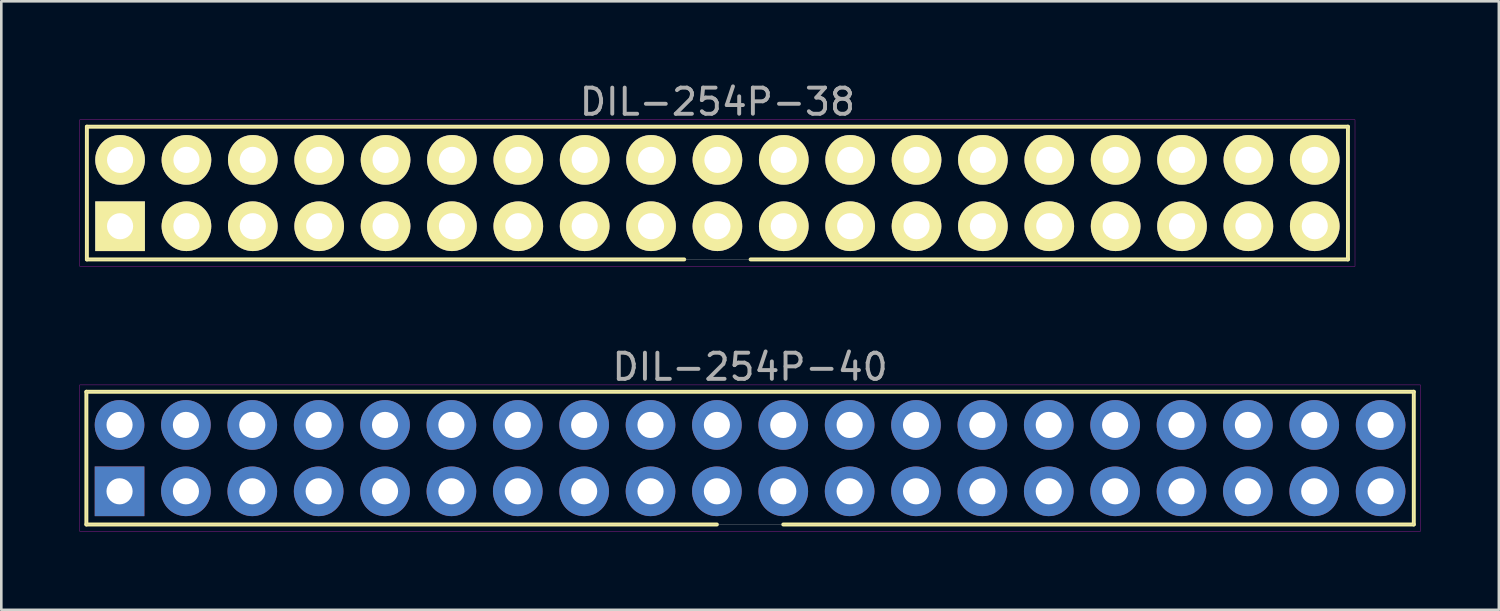
<source format=kicad_pcb>
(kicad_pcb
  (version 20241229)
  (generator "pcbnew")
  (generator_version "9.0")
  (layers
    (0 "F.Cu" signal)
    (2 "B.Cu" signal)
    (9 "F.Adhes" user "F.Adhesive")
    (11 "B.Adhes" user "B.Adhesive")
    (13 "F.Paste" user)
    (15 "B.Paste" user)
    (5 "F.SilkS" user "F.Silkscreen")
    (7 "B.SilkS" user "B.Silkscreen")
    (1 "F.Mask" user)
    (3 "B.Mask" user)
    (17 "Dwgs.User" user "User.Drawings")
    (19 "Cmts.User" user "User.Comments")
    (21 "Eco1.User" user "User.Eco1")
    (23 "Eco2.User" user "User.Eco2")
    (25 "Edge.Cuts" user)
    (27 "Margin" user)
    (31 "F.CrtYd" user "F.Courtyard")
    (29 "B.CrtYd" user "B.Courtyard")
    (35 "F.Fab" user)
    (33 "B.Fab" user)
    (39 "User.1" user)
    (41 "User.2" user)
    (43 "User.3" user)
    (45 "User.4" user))
  (footprint "DIL-254P-40"
    (layer "F.Cu")
    (at 25.655 14.482)
    (property "Reference" "DIL-254P-40" (at 0 -3.49 0) (layer "F.Fab") (effects (font (size 1 1) (thickness 0.15))))
    (attr through_hole)
    (fp_line (start -25.4 -2.54) (end 25.4 -2.54) (stroke (width 0.15) (type solid)) (layer "F.SilkS"))
    (fp_line (start -25.4 2.54) (end -25.4 -2.54) (stroke (width 0.15) (type solid)) (layer "F.SilkS"))
    (fp_line (start -1.27 2.54) (end -25.4 2.54) (stroke (width 0.15) (type solid)) (layer "F.SilkS"))
    (fp_line (start 25.4 -2.54) (end 25.4 2.54) (stroke (width 0.15) (type solid)) (layer "F.SilkS"))
    (fp_line (start 25.4 2.54) (end 1.27 2.54) (stroke (width 0.15) (type solid)) (layer "F.SilkS"))
    (fp_line (start -25.65 -2.8) (end 25.65 -2.8) (stroke (width 0.01) (type solid)) (layer "F.CrtYd"))
    (fp_line (start -25.65 2.8) (end -25.65 -2.8) (stroke (width 0.01) (type solid)) (layer "F.CrtYd"))
    (fp_line (start 25.65 -2.8) (end 25.65 2.8) (stroke (width 0.01) (type solid)) (layer "F.CrtYd"))
    (fp_line (start 25.65 2.8) (end -25.65 2.8) (stroke (width 0.01) (type solid)) (layer "F.CrtYd"))
    (fp_line (start -25.4 -2.54) (end 25.4 -2.54) (stroke (width 0.01) (type solid)) (layer "F.Fab"))
    (fp_line (start -25.4 2.54) (end -25.4 -2.54) (stroke (width 0.01) (type solid)) (layer "F.Fab"))
    (fp_line (start 25.4 -2.54) (end 25.4 2.54) (stroke (width 0.01) (type solid)) (layer "F.Fab"))
    (fp_line (start 25.4 2.54) (end -25.4 2.54) (stroke (width 0.01) (type solid)) (layer "F.Fab"))
    (pad "1" thru_hole rect (at -24.13 1.27) (size 1.9 1.9) (drill 1) (layers "F.Cu" "F.Mask" "F.Paste"))
    (pad "2" thru_hole circle (at -24.13 -1.27) (size 1.9 1.9) (drill 1) (layers "F.Cu" "F.Mask" "F.Paste"))
    (pad "3" thru_hole circle (at -21.59 1.27) (size 1.9 1.9) (drill 1) (layers "F.Cu" "F.Mask" "F.Paste"))
    (pad "4" thru_hole circle (at -21.59 -1.27) (size 1.9 1.9) (drill 1) (layers "F.Cu" "F.Mask" "F.Paste"))
    (pad "5" thru_hole circle (at -19.05 1.27) (size 1.9 1.9) (drill 1) (layers "F.Cu" "F.Mask" "F.Paste"))
    (pad "6" thru_hole circle (at -19.05 -1.27) (size 1.9 1.9) (drill 1) (layers "F.Cu" "F.Mask" "F.Paste"))
    (pad "7" thru_hole circle (at -16.51 1.27) (size 1.9 1.9) (drill 1) (layers "F.Cu" "F.Mask" "F.Paste"))
    (pad "8" thru_hole circle (at -16.51 -1.27) (size 1.9 1.9) (drill 1) (layers "F.Cu" "F.Mask" "F.Paste"))
    (pad "9" thru_hole circle (at -13.97 1.27) (size 1.9 1.9) (drill 1) (layers "F.Cu" "F.Mask" "F.Paste"))
    (pad "10" thru_hole circle (at -13.97 -1.27) (size 1.9 1.9) (drill 1) (layers "F.Cu" "F.Mask" "F.Paste"))
    (pad "11" thru_hole circle (at -11.43 1.27) (size 1.9 1.9) (drill 1) (layers "F.Cu" "F.Mask" "F.Paste"))
    (pad "12" thru_hole circle (at -11.43 -1.27) (size 1.9 1.9) (drill 1) (layers "F.Cu" "F.Mask" "F.Paste"))
    (pad "13" thru_hole circle (at -8.89 1.27) (size 1.9 1.9) (drill 1) (layers "F.Cu" "F.Mask" "F.Paste"))
    (pad "14" thru_hole circle (at -8.89 -1.27) (size 1.9 1.9) (drill 1) (layers "F.Cu" "F.Mask" "F.Paste"))
    (pad "15" thru_hole circle (at -6.35 1.27) (size 1.9 1.9) (drill 1) (layers "F.Cu" "F.Mask" "F.Paste"))
    (pad "16" thru_hole circle (at -6.35 -1.27) (size 1.9 1.9) (drill 1) (layers "F.Cu" "F.Mask" "F.Paste"))
    (pad "17" thru_hole circle (at -3.81 1.27) (size 1.9 1.9) (drill 1) (layers "F.Cu" "F.Mask" "F.Paste"))
    (pad "18" thru_hole circle (at -3.81 -1.27) (size 1.9 1.9) (drill 1) (layers "F.Cu" "F.Mask" "F.Paste"))
    (pad "19" thru_hole circle (at -1.27 1.27) (size 1.9 1.9) (drill 1) (layers "F.Cu" "F.Mask" "F.Paste"))
    (pad "20" thru_hole circle (at -1.27 -1.27) (size 1.9 1.9) (drill 1) (layers "F.Cu" "F.Mask" "F.Paste"))
    (pad "21" thru_hole circle (at 1.27 1.27) (size 1.9 1.9) (drill 1) (layers "F.Cu" "F.Mask" "F.Paste"))
    (pad "22" thru_hole circle (at 1.27 -1.27) (size 1.9 1.9) (drill 1) (layers "F.Cu" "F.Mask" "F.Paste"))
    (pad "23" thru_hole circle (at 3.81 1.27) (size 1.9 1.9) (drill 1) (layers "F.Cu" "F.Mask" "F.Paste"))
    (pad "24" thru_hole circle (at 3.81 -1.27) (size 1.9 1.9) (drill 1) (layers "F.Cu" "F.Mask" "F.Paste"))
    (pad "25" thru_hole circle (at 6.35 1.27) (size 1.9 1.9) (drill 1) (layers "F.Cu" "F.Mask" "F.Paste"))
    (pad "26" thru_hole circle (at 6.35 -1.27) (size 1.9 1.9) (drill 1) (layers "F.Cu" "F.Mask" "F.Paste"))
    (pad "27" thru_hole circle (at 8.89 1.27) (size 1.9 1.9) (drill 1) (layers "F.Cu" "F.Mask" "F.Paste"))
    (pad "28" thru_hole circle (at 8.89 -1.27) (size 1.9 1.9) (drill 1) (layers "F.Cu" "F.Mask" "F.Paste"))
    (pad "29" thru_hole circle (at 11.43 1.27) (size 1.9 1.9) (drill 1) (layers "F.Cu" "F.Mask" "F.Paste"))
    (pad "30" thru_hole circle (at 11.43 -1.27) (size 1.9 1.9) (drill 1) (layers "F.Cu" "F.Mask" "F.Paste"))
    (pad "31" thru_hole circle (at 13.97 1.27) (size 1.9 1.9) (drill 1) (layers "F.Cu" "F.Mask" "F.Paste"))
    (pad "32" thru_hole circle (at 13.97 -1.27) (size 1.9 1.9) (drill 1) (layers "F.Cu" "F.Mask" "F.Paste"))
    (pad "33" thru_hole circle (at 16.51 1.27) (size 1.9 1.9) (drill 1) (layers "F.Cu" "F.Mask" "F.Paste"))
    (pad "34" thru_hole circle (at 16.51 -1.27) (size 1.9 1.9) (drill 1) (layers "F.Cu" "F.Mask" "F.Paste"))
    (pad "35" thru_hole circle (at 19.05 1.27) (size 1.9 1.9) (drill 1) (layers "F.Cu" "F.Mask" "F.Paste"))
    (pad "36" thru_hole circle (at 19.05 -1.27) (size 1.9 1.9) (drill 1) (layers "F.Cu" "F.Mask" "F.Paste"))
    (pad "37" thru_hole circle (at 21.59 1.27) (size 1.9 1.9) (drill 1) (layers "F.Cu" "F.Mask" "F.Paste"))
    (pad "38" thru_hole circle (at 21.59 -1.27) (size 1.9 1.9) (drill 1) (layers "F.Cu" "F.Mask" "F.Paste"))
    (pad "39" thru_hole circle (at 24.13 1.27) (size 1.9 1.9) (drill 1) (layers "F.Cu" "F.Mask" "F.Paste"))
    (pad "40" thru_hole circle (at 24.13 -1.27) (size 1.9 1.9) (drill 1) (layers "F.Cu" "F.Mask" "F.Paste")))
  (footprint "DIL-254P-38"
    (layer "F.Cu")
    (at 24.405 4.338)
    (property "Reference" "DIL-254P-38" (at 0 -3.49 0) (layer "F.Fab") (effects (font (size 1 1) (thickness 0.15))))
    (attr through_hole)
    (fp_line (start -24.13 -2.54) (end 24.13 -2.54) (stroke (width 0.15) (type solid)) (layer "F.SilkS"))
    (fp_line (start -24.13 2.54) (end -24.13 -2.54) (stroke (width 0.15) (type solid)) (layer "F.SilkS"))
    (fp_line (start -1.27 2.54) (end -24.13 2.54) (stroke (width 0.15) (type solid)) (layer "F.SilkS"))
    (fp_line (start 24.13 -2.54) (end 24.13 2.54) (stroke (width 0.15) (type solid)) (layer "F.SilkS"))
    (fp_line (start 24.13 2.54) (end 1.27 2.54) (stroke (width 0.15) (type solid)) (layer "F.SilkS"))
    (fp_line (start -24.4 -2.8) (end 24.4 -2.8) (stroke (width 0.01) (type solid)) (layer "F.CrtYd"))
    (fp_line (start -24.4 2.8) (end -24.4 -2.8) (stroke (width 0.01) (type solid)) (layer "F.CrtYd"))
    (fp_line (start 24.4 -2.8) (end 24.4 2.8) (stroke (width 0.01) (type solid)) (layer "F.CrtYd"))
    (fp_line (start 24.4 2.8) (end -24.4 2.8) (stroke (width 0.01) (type solid)) (layer "F.CrtYd"))
    (fp_line (start -24.13 -2.54) (end 24.13 -2.54) (stroke (width 0.01) (type solid)) (layer "F.Fab"))
    (fp_line (start -24.13 2.54) (end -24.13 -2.54) (stroke (width 0.01) (type solid)) (layer "F.Fab"))
    (fp_line (start 24.13 -2.54) (end 24.13 2.54) (stroke (width 0.01) (type solid)) (layer "F.Fab"))
    (fp_line (start 24.13 2.54) (end -24.13 2.54) (stroke (width 0.01) (type solid)) (layer "F.Fab"))
    (pad "1" thru_hole rect (at -22.86 1.27) (size 1.9 1.9) (drill 1) (layers "*.Cu" "*.Mask" "F.SilkS"))
    (pad "2" thru_hole circle (at -22.86 -1.27) (size 1.9 1.9) (drill 1) (layers "*.Cu" "*.Mask" "F.SilkS"))
    (pad "3" thru_hole circle (at -20.32 1.27) (size 1.9 1.9) (drill 1) (layers "*.Cu" "*.Mask" "F.SilkS"))
    (pad "4" thru_hole circle (at -20.32 -1.27) (size 1.9 1.9) (drill 1) (layers "*.Cu" "*.Mask" "F.SilkS"))
    (pad "5" thru_hole circle (at -17.78 1.27) (size 1.9 1.9) (drill 1) (layers "*.Cu" "*.Mask" "F.SilkS"))
    (pad "6" thru_hole circle (at -17.78 -1.27) (size 1.9 1.9) (drill 1) (layers "*.Cu" "*.Mask" "F.SilkS"))
    (pad "7" thru_hole circle (at -15.24 1.27) (size 1.9 1.9) (drill 1) (layers "*.Cu" "*.Mask" "F.SilkS"))
    (pad "8" thru_hole circle (at -15.24 -1.27) (size 1.9 1.9) (drill 1) (layers "*.Cu" "*.Mask" "F.SilkS"))
    (pad "9" thru_hole circle (at -12.7 1.27) (size 1.9 1.9) (drill 1) (layers "*.Cu" "*.Mask" "F.SilkS"))
    (pad "10" thru_hole circle (at -12.7 -1.27) (size 1.9 1.9) (drill 1) (layers "*.Cu" "*.Mask" "F.SilkS"))
    (pad "11" thru_hole circle (at -10.16 1.27) (size 1.9 1.9) (drill 1) (layers "*.Cu" "*.Mask" "F.SilkS"))
    (pad "12" thru_hole circle (at -10.16 -1.27) (size 1.9 1.9) (drill 1) (layers "*.Cu" "*.Mask" "F.SilkS"))
    (pad "13" thru_hole circle (at -7.62 1.27) (size 1.9 1.9) (drill 1) (layers "*.Cu" "*.Mask" "F.SilkS"))
    (pad "14" thru_hole circle (at -7.62 -1.27) (size 1.9 1.9) (drill 1) (layers "*.Cu" "*.Mask" "F.SilkS"))
    (pad "15" thru_hole circle (at -5.08 1.27) (size 1.9 1.9) (drill 1) (layers "*.Cu" "*.Mask" "F.SilkS"))
    (pad "16" thru_hole circle (at -5.08 -1.27) (size 1.9 1.9) (drill 1) (layers "*.Cu" "*.Mask" "F.SilkS"))
    (pad "17" thru_hole circle (at -2.54 1.27) (size 1.9 1.9) (drill 1) (layers "*.Cu" "*.Mask" "F.SilkS"))
    (pad "18" thru_hole circle (at -2.54 -1.27) (size 1.9 1.9) (drill 1) (layers "*.Cu" "*.Mask" "F.SilkS"))
    (pad "19" thru_hole circle (at 0 1.27) (size 1.9 1.9) (drill 1) (layers "*.Cu" "*.Mask" "F.SilkS"))
    (pad "20" thru_hole circle (at 0 -1.27) (size 1.9 1.9) (drill 1) (layers "*.Cu" "*.Mask" "F.SilkS"))
    (pad "21" thru_hole circle (at 2.54 1.27) (size 1.9 1.9) (drill 1) (layers "*.Cu" "*.Mask" "F.SilkS"))
    (pad "22" thru_hole circle (at 2.54 -1.27) (size 1.9 1.9) (drill 1) (layers "*.Cu" "*.Mask" "F.SilkS"))
    (pad "23" thru_hole circle (at 5.08 1.27) (size 1.9 1.9) (drill 1) (layers "*.Cu" "*.Mask" "F.SilkS"))
    (pad "24" thru_hole circle (at 5.08 -1.27) (size 1.9 1.9) (drill 1) (layers "*.Cu" "*.Mask" "F.SilkS"))
    (pad "25" thru_hole circle (at 7.62 1.27) (size 1.9 1.9) (drill 1) (layers "*.Cu" "*.Mask" "F.SilkS"))
    (pad "26" thru_hole circle (at 7.62 -1.27) (size 1.9 1.9) (drill 1) (layers "*.Cu" "*.Mask" "F.SilkS"))
    (pad "27" thru_hole circle (at 10.16 1.27) (size 1.9 1.9) (drill 1) (layers "*.Cu" "*.Mask" "F.SilkS"))
    (pad "28" thru_hole circle (at 10.16 -1.27) (size 1.9 1.9) (drill 1) (layers "*.Cu" "*.Mask" "F.SilkS"))
    (pad "29" thru_hole circle (at 12.7 1.27) (size 1.9 1.9) (drill 1) (layers "*.Cu" "*.Mask" "F.SilkS"))
    (pad "30" thru_hole circle (at 12.7 -1.27) (size 1.9 1.9) (drill 1) (layers "*.Cu" "*.Mask" "F.SilkS"))
    (pad "31" thru_hole circle (at 15.24 1.27) (size 1.9 1.9) (drill 1) (layers "*.Cu" "*.Mask" "F.SilkS"))
    (pad "32" thru_hole circle (at 15.24 -1.27) (size 1.9 1.9) (drill 1) (layers "*.Cu" "*.Mask" "F.SilkS"))
    (pad "33" thru_hole circle (at 17.78 1.27) (size 1.9 1.9) (drill 1) (layers "*.Cu" "*.Mask" "F.SilkS"))
    (pad "34" thru_hole circle (at 17.78 -1.27) (size 1.9 1.9) (drill 1) (layers "*.Cu" "*.Mask" "F.SilkS"))
    (pad "35" thru_hole circle (at 20.32 1.27) (size 1.9 1.9) (drill 1) (layers "*.Cu" "*.Mask" "F.SilkS"))
    (pad "36" thru_hole circle (at 20.32 -1.27) (size 1.9 1.9) (drill 1) (layers "*.Cu" "*.Mask" "F.SilkS"))
    (pad "37" thru_hole circle (at 22.86 1.27) (size 1.9 1.9) (drill 1) (layers "*.Cu" "*.Mask" "F.SilkS"))
    (pad "38" thru_hole circle (at 22.86 -1.27) (size 1.9 1.9) (drill 1) (layers "*.Cu" "*.Mask" "F.SilkS")))
  (gr_rect
    (start -3 -3)
    (end 54.31 20.287)
    (stroke (width 0.1) (type default))
    (fill no)
    (layer "Edge.Cuts")))
</source>
